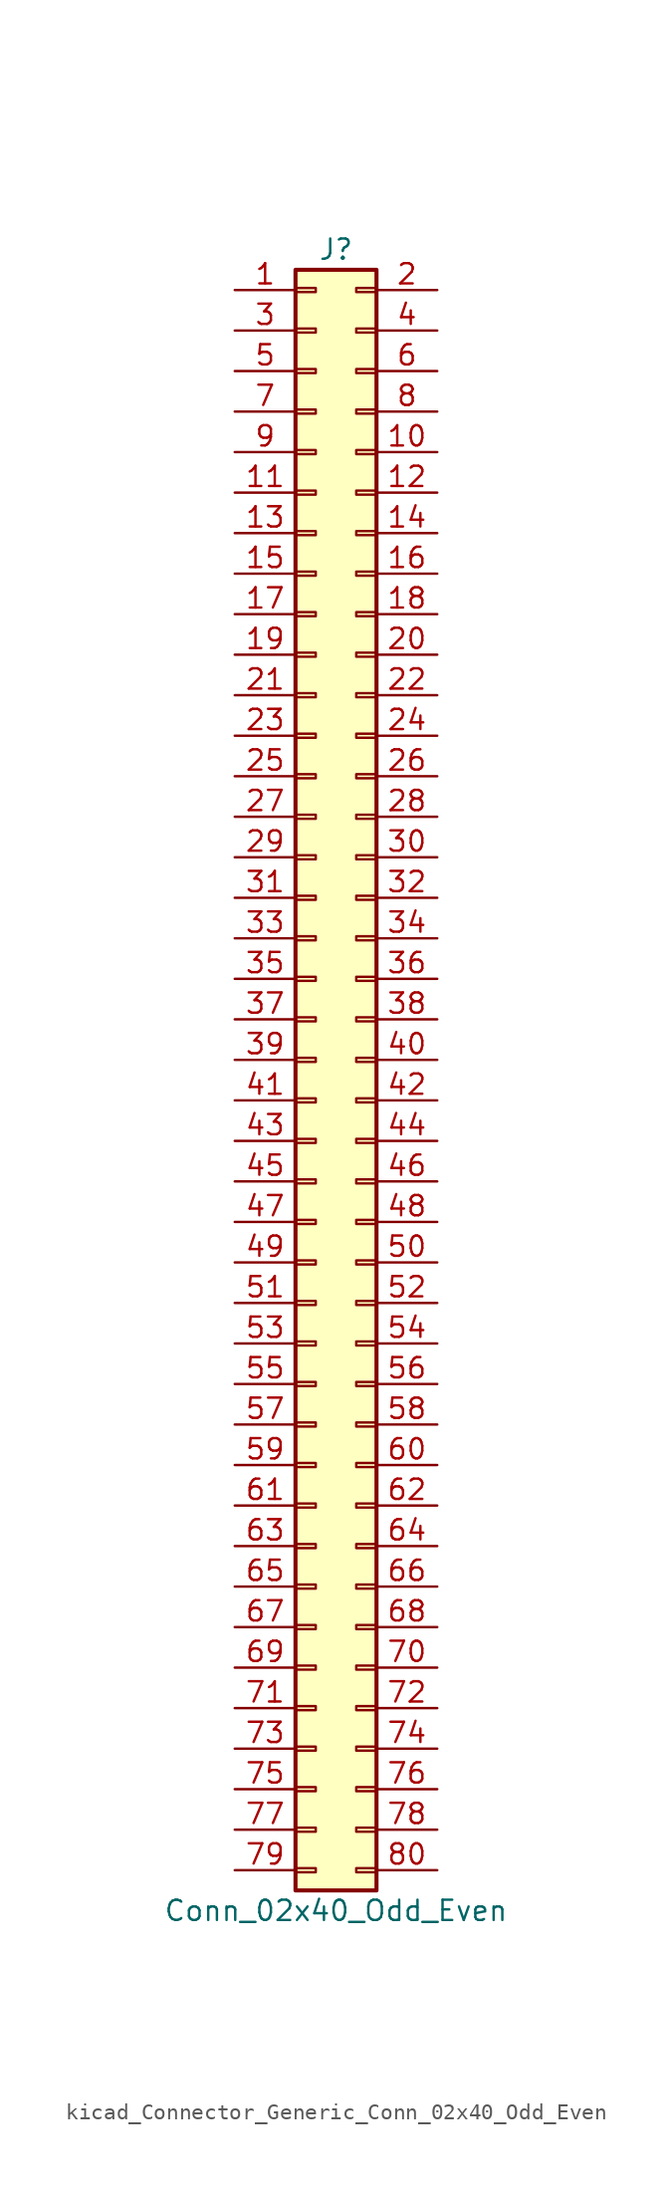
<source format=kicad_sym>
(kicad_symbol_lib
  (version 20220914)
  (generator kicad_symbol_editor)
  (symbol "kicad_Connector_Generic_Conn_02x40_Odd_Even"
    (pin_names
      (offset 1.016) hide)
    (property "Reference" "J"
      (at 1.27 50.8 0)
      (effects (font (size 1.27 1.27))))
    (property "Value" "Conn_02x40_Odd_Even"
      (at 1.27 -53.34 0)
      (effects (font (size 1.27 1.27))))
    (symbol "kicad_Connector_Generic_Conn_02x40_Odd_Even_1_1"
      (rectangle (start -1.27 -50.673) (end 0 -50.927) (stroke (width 0.152) (type default)) (fill (type none)))
      (rectangle (start -1.27 -48.133) (end 0 -48.387) (stroke (width 0.152) (type default)) (fill (type none)))
      (rectangle (start -1.27 -45.593) (end 0 -45.847) (stroke (width 0.152) (type default)) (fill (type none)))
      (rectangle (start -1.27 -43.053) (end 0 -43.307) (stroke (width 0.152) (type default)) (fill (type none)))
      (rectangle (start -1.27 -40.513) (end 0 -40.767) (stroke (width 0.152) (type default)) (fill (type none)))
      (rectangle (start -1.27 -37.973) (end 0 -38.227) (stroke (width 0.152) (type default)) (fill (type none)))
      (rectangle (start -1.27 -35.433) (end 0 -35.687) (stroke (width 0.152) (type default)) (fill (type none)))
      (rectangle (start -1.27 -32.893) (end 0 -33.147) (stroke (width 0.152) (type default)) (fill (type none)))
      (rectangle (start -1.27 -30.353) (end 0 -30.607) (stroke (width 0.152) (type default)) (fill (type none)))
      (rectangle (start -1.27 -27.813) (end 0 -28.067) (stroke (width 0.152) (type default)) (fill (type none)))
      (rectangle (start -1.27 -25.273) (end 0 -25.527) (stroke (width 0.152) (type default)) (fill (type none)))
      (rectangle (start -1.27 -22.733) (end 0 -22.987) (stroke (width 0.152) (type default)) (fill (type none)))
      (rectangle (start -1.27 -20.193) (end 0 -20.447) (stroke (width 0.152) (type default)) (fill (type none)))
      (rectangle (start -1.27 -17.653) (end 0 -17.907) (stroke (width 0.152) (type default)) (fill (type none)))
      (rectangle (start -1.27 -15.113) (end 0 -15.367) (stroke (width 0.152) (type default)) (fill (type none)))
      (rectangle (start -1.27 -12.573) (end 0 -12.827) (stroke (width 0.152) (type default)) (fill (type none)))
      (rectangle (start -1.27 -10.033) (end 0 -10.287) (stroke (width 0.152) (type default)) (fill (type none)))
      (rectangle (start -1.27 -7.493) (end 0 -7.747) (stroke (width 0.152) (type default)) (fill (type none)))
      (rectangle (start -1.27 -4.953) (end 0 -5.207) (stroke (width 0.152) (type default)) (fill (type none)))
      (rectangle (start -1.27 -2.413) (end 0 -2.667) (stroke (width 0.152) (type default)) (fill (type none)))
      (rectangle (start -1.27 0.127) (end 0 -0.127) (stroke (width 0.152) (type default)) (fill (type none)))
      (rectangle (start -1.27 2.667) (end 0 2.413) (stroke (width 0.152) (type default)) (fill (type none)))
      (rectangle (start -1.27 5.207) (end 0 4.953) (stroke (width 0.152) (type default)) (fill (type none)))
      (rectangle (start -1.27 7.747) (end 0 7.493) (stroke (width 0.152) (type default)) (fill (type none)))
      (rectangle (start -1.27 10.287) (end 0 10.033) (stroke (width 0.152) (type default)) (fill (type none)))
      (rectangle (start -1.27 12.827) (end 0 12.573) (stroke (width 0.152) (type default)) (fill (type none)))
      (rectangle (start -1.27 15.367) (end 0 15.113) (stroke (width 0.152) (type default)) (fill (type none)))
      (rectangle (start -1.27 17.907) (end 0 17.653) (stroke (width 0.152) (type default)) (fill (type none)))
      (rectangle (start -1.27 20.447) (end 0 20.193) (stroke (width 0.152) (type default)) (fill (type none)))
      (rectangle (start -1.27 22.987) (end 0 22.733) (stroke (width 0.152) (type default)) (fill (type none)))
      (rectangle (start -1.27 25.527) (end 0 25.273) (stroke (width 0.152) (type default)) (fill (type none)))
      (rectangle (start -1.27 28.067) (end 0 27.813) (stroke (width 0.152) (type default)) (fill (type none)))
      (rectangle (start -1.27 30.607) (end 0 30.353) (stroke (width 0.152) (type default)) (fill (type none)))
      (rectangle (start -1.27 33.147) (end 0 32.893) (stroke (width 0.152) (type default)) (fill (type none)))
      (rectangle (start -1.27 35.687) (end 0 35.433) (stroke (width 0.152) (type default)) (fill (type none)))
      (rectangle (start -1.27 38.227) (end 0 37.973) (stroke (width 0.152) (type default)) (fill (type none)))
      (rectangle (start -1.27 40.767) (end 0 40.513) (stroke (width 0.152) (type default)) (fill (type none)))
      (rectangle (start -1.27 43.307) (end 0 43.053) (stroke (width 0.152) (type default)) (fill (type none)))
      (rectangle (start -1.27 45.847) (end 0 45.593) (stroke (width 0.152) (type default)) (fill (type none)))
      (rectangle (start -1.27 48.387) (end 0 48.133) (stroke (width 0.152) (type default)) (fill (type none)))
      (rectangle (start -1.27 49.53) (end 3.81 -52.07) (stroke (width 0.254) (type default)) (fill (type background)))
      (rectangle (start 3.81 -50.673) (end 2.54 -50.927) (stroke (width 0.152) (type default)) (fill (type none)))
      (rectangle (start 3.81 -48.133) (end 2.54 -48.387) (stroke (width 0.152) (type default)) (fill (type none)))
      (rectangle (start 3.81 -45.593) (end 2.54 -45.847) (stroke (width 0.152) (type default)) (fill (type none)))
      (rectangle (start 3.81 -43.053) (end 2.54 -43.307) (stroke (width 0.152) (type default)) (fill (type none)))
      (rectangle (start 3.81 -40.513) (end 2.54 -40.767) (stroke (width 0.152) (type default)) (fill (type none)))
      (rectangle (start 3.81 -37.973) (end 2.54 -38.227) (stroke (width 0.152) (type default)) (fill (type none)))
      (rectangle (start 3.81 -35.433) (end 2.54 -35.687) (stroke (width 0.152) (type default)) (fill (type none)))
      (rectangle (start 3.81 -32.893) (end 2.54 -33.147) (stroke (width 0.152) (type default)) (fill (type none)))
      (rectangle (start 3.81 -30.353) (end 2.54 -30.607) (stroke (width 0.152) (type default)) (fill (type none)))
      (rectangle (start 3.81 -27.813) (end 2.54 -28.067) (stroke (width 0.152) (type default)) (fill (type none)))
      (rectangle (start 3.81 -25.273) (end 2.54 -25.527) (stroke (width 0.152) (type default)) (fill (type none)))
      (rectangle (start 3.81 -22.733) (end 2.54 -22.987) (stroke (width 0.152) (type default)) (fill (type none)))
      (rectangle (start 3.81 -20.193) (end 2.54 -20.447) (stroke (width 0.152) (type default)) (fill (type none)))
      (rectangle (start 3.81 -17.653) (end 2.54 -17.907) (stroke (width 0.152) (type default)) (fill (type none)))
      (rectangle (start 3.81 -15.113) (end 2.54 -15.367) (stroke (width 0.152) (type default)) (fill (type none)))
      (rectangle (start 3.81 -12.573) (end 2.54 -12.827) (stroke (width 0.152) (type default)) (fill (type none)))
      (rectangle (start 3.81 -10.033) (end 2.54 -10.287) (stroke (width 0.152) (type default)) (fill (type none)))
      (rectangle (start 3.81 -7.493) (end 2.54 -7.747) (stroke (width 0.152) (type default)) (fill (type none)))
      (rectangle (start 3.81 -4.953) (end 2.54 -5.207) (stroke (width 0.152) (type default)) (fill (type none)))
      (rectangle (start 3.81 -2.413) (end 2.54 -2.667) (stroke (width 0.152) (type default)) (fill (type none)))
      (rectangle (start 3.81 0.127) (end 2.54 -0.127) (stroke (width 0.152) (type default)) (fill (type none)))
      (rectangle (start 3.81 2.667) (end 2.54 2.413) (stroke (width 0.152) (type default)) (fill (type none)))
      (rectangle (start 3.81 5.207) (end 2.54 4.953) (stroke (width 0.152) (type default)) (fill (type none)))
      (rectangle (start 3.81 7.747) (end 2.54 7.493) (stroke (width 0.152) (type default)) (fill (type none)))
      (rectangle (start 3.81 10.287) (end 2.54 10.033) (stroke (width 0.152) (type default)) (fill (type none)))
      (rectangle (start 3.81 12.827) (end 2.54 12.573) (stroke (width 0.152) (type default)) (fill (type none)))
      (rectangle (start 3.81 15.367) (end 2.54 15.113) (stroke (width 0.152) (type default)) (fill (type none)))
      (rectangle (start 3.81 17.907) (end 2.54 17.653) (stroke (width 0.152) (type default)) (fill (type none)))
      (rectangle (start 3.81 20.447) (end 2.54 20.193) (stroke (width 0.152) (type default)) (fill (type none)))
      (rectangle (start 3.81 22.987) (end 2.54 22.733) (stroke (width 0.152) (type default)) (fill (type none)))
      (rectangle (start 3.81 25.527) (end 2.54 25.273) (stroke (width 0.152) (type default)) (fill (type none)))
      (rectangle (start 3.81 28.067) (end 2.54 27.813) (stroke (width 0.152) (type default)) (fill (type none)))
      (rectangle (start 3.81 30.607) (end 2.54 30.353) (stroke (width 0.152) (type default)) (fill (type none)))
      (rectangle (start 3.81 33.147) (end 2.54 32.893) (stroke (width 0.152) (type default)) (fill (type none)))
      (rectangle (start 3.81 35.687) (end 2.54 35.433) (stroke (width 0.152) (type default)) (fill (type none)))
      (rectangle (start 3.81 38.227) (end 2.54 37.973) (stroke (width 0.152) (type default)) (fill (type none)))
      (rectangle (start 3.81 40.767) (end 2.54 40.513) (stroke (width 0.152) (type default)) (fill (type none)))
      (rectangle (start 3.81 43.307) (end 2.54 43.053) (stroke (width 0.152) (type default)) (fill (type none)))
      (rectangle (start 3.81 45.847) (end 2.54 45.593) (stroke (width 0.152) (type default)) (fill (type none)))
      (rectangle (start 3.81 48.387) (end 2.54 48.133) (stroke (width 0.152) (type default)) (fill (type none)))
      (pin passive line (at -5.08 48.26 0) (length 3.81) (name "Pin_1" (effects (font (size 1.27 1.27)))) (number "1" (effects (font (size 1.27 1.27)))))
      (pin passive line (at 7.62 38.1 180) (length 3.81) (name "Pin_10" (effects (font (size 1.27 1.27)))) (number "10" (effects (font (size 1.27 1.27)))))
      (pin passive line (at -5.08 35.56 0) (length 3.81) (name "Pin_11" (effects (font (size 1.27 1.27)))) (number "11" (effects (font (size 1.27 1.27)))))
      (pin passive line (at 7.62 35.56 180) (length 3.81) (name "Pin_12" (effects (font (size 1.27 1.27)))) (number "12" (effects (font (size 1.27 1.27)))))
      (pin passive line (at -5.08 33.02 0) (length 3.81) (name "Pin_13" (effects (font (size 1.27 1.27)))) (number "13" (effects (font (size 1.27 1.27)))))
      (pin passive line (at 7.62 33.02 180) (length 3.81) (name "Pin_14" (effects (font (size 1.27 1.27)))) (number "14" (effects (font (size 1.27 1.27)))))
      (pin passive line (at -5.08 30.48 0) (length 3.81) (name "Pin_15" (effects (font (size 1.27 1.27)))) (number "15" (effects (font (size 1.27 1.27)))))
      (pin passive line (at 7.62 30.48 180) (length 3.81) (name "Pin_16" (effects (font (size 1.27 1.27)))) (number "16" (effects (font (size 1.27 1.27)))))
      (pin passive line (at -5.08 27.94 0) (length 3.81) (name "Pin_17" (effects (font (size 1.27 1.27)))) (number "17" (effects (font (size 1.27 1.27)))))
      (pin passive line (at 7.62 27.94 180) (length 3.81) (name "Pin_18" (effects (font (size 1.27 1.27)))) (number "18" (effects (font (size 1.27 1.27)))))
      (pin passive line (at -5.08 25.4 0) (length 3.81) (name "Pin_19" (effects (font (size 1.27 1.27)))) (number "19" (effects (font (size 1.27 1.27)))))
      (pin passive line (at 7.62 48.26 180) (length 3.81) (name "Pin_2" (effects (font (size 1.27 1.27)))) (number "2" (effects (font (size 1.27 1.27)))))
      (pin passive line (at 7.62 25.4 180) (length 3.81) (name "Pin_20" (effects (font (size 1.27 1.27)))) (number "20" (effects (font (size 1.27 1.27)))))
      (pin passive line (at -5.08 22.86 0) (length 3.81) (name "Pin_21" (effects (font (size 1.27 1.27)))) (number "21" (effects (font (size 1.27 1.27)))))
      (pin passive line (at 7.62 22.86 180) (length 3.81) (name "Pin_22" (effects (font (size 1.27 1.27)))) (number "22" (effects (font (size 1.27 1.27)))))
      (pin passive line (at -5.08 20.32 0) (length 3.81) (name "Pin_23" (effects (font (size 1.27 1.27)))) (number "23" (effects (font (size 1.27 1.27)))))
      (pin passive line (at 7.62 20.32 180) (length 3.81) (name "Pin_24" (effects (font (size 1.27 1.27)))) (number "24" (effects (font (size 1.27 1.27)))))
      (pin passive line (at -5.08 17.78 0) (length 3.81) (name "Pin_25" (effects (font (size 1.27 1.27)))) (number "25" (effects (font (size 1.27 1.27)))))
      (pin passive line (at 7.62 17.78 180) (length 3.81) (name "Pin_26" (effects (font (size 1.27 1.27)))) (number "26" (effects (font (size 1.27 1.27)))))
      (pin passive line (at -5.08 15.24 0) (length 3.81) (name "Pin_27" (effects (font (size 1.27 1.27)))) (number "27" (effects (font (size 1.27 1.27)))))
      (pin passive line (at 7.62 15.24 180) (length 3.81) (name "Pin_28" (effects (font (size 1.27 1.27)))) (number "28" (effects (font (size 1.27 1.27)))))
      (pin passive line (at -5.08 12.7 0) (length 3.81) (name "Pin_29" (effects (font (size 1.27 1.27)))) (number "29" (effects (font (size 1.27 1.27)))))
      (pin passive line (at -5.08 45.72 0) (length 3.81) (name "Pin_3" (effects (font (size 1.27 1.27)))) (number "3" (effects (font (size 1.27 1.27)))))
      (pin passive line (at 7.62 12.7 180) (length 3.81) (name "Pin_30" (effects (font (size 1.27 1.27)))) (number "30" (effects (font (size 1.27 1.27)))))
      (pin passive line (at -5.08 10.16 0) (length 3.81) (name "Pin_31" (effects (font (size 1.27 1.27)))) (number "31" (effects (font (size 1.27 1.27)))))
      (pin passive line (at 7.62 10.16 180) (length 3.81) (name "Pin_32" (effects (font (size 1.27 1.27)))) (number "32" (effects (font (size 1.27 1.27)))))
      (pin passive line (at -5.08 7.62 0) (length 3.81) (name "Pin_33" (effects (font (size 1.27 1.27)))) (number "33" (effects (font (size 1.27 1.27)))))
      (pin passive line (at 7.62 7.62 180) (length 3.81) (name "Pin_34" (effects (font (size 1.27 1.27)))) (number "34" (effects (font (size 1.27 1.27)))))
      (pin passive line (at -5.08 5.08 0) (length 3.81) (name "Pin_35" (effects (font (size 1.27 1.27)))) (number "35" (effects (font (size 1.27 1.27)))))
      (pin passive line (at 7.62 5.08 180) (length 3.81) (name "Pin_36" (effects (font (size 1.27 1.27)))) (number "36" (effects (font (size 1.27 1.27)))))
      (pin passive line (at -5.08 2.54 0) (length 3.81) (name "Pin_37" (effects (font (size 1.27 1.27)))) (number "37" (effects (font (size 1.27 1.27)))))
      (pin passive line (at 7.62 2.54 180) (length 3.81) (name "Pin_38" (effects (font (size 1.27 1.27)))) (number "38" (effects (font (size 1.27 1.27)))))
      (pin passive line (at -5.08 0 0) (length 3.81) (name "Pin_39" (effects (font (size 1.27 1.27)))) (number "39" (effects (font (size 1.27 1.27)))))
      (pin passive line (at 7.62 45.72 180) (length 3.81) (name "Pin_4" (effects (font (size 1.27 1.27)))) (number "4" (effects (font (size 1.27 1.27)))))
      (pin passive line (at 7.62 0 180) (length 3.81) (name "Pin_40" (effects (font (size 1.27 1.27)))) (number "40" (effects (font (size 1.27 1.27)))))
      (pin passive line (at -5.08 -2.54 0) (length 3.81) (name "Pin_41" (effects (font (size 1.27 1.27)))) (number "41" (effects (font (size 1.27 1.27)))))
      (pin passive line (at 7.62 -2.54 180) (length 3.81) (name "Pin_42" (effects (font (size 1.27 1.27)))) (number "42" (effects (font (size 1.27 1.27)))))
      (pin passive line (at -5.08 -5.08 0) (length 3.81) (name "Pin_43" (effects (font (size 1.27 1.27)))) (number "43" (effects (font (size 1.27 1.27)))))
      (pin passive line (at 7.62 -5.08 180) (length 3.81) (name "Pin_44" (effects (font (size 1.27 1.27)))) (number "44" (effects (font (size 1.27 1.27)))))
      (pin passive line (at -5.08 -7.62 0) (length 3.81) (name "Pin_45" (effects (font (size 1.27 1.27)))) (number "45" (effects (font (size 1.27 1.27)))))
      (pin passive line (at 7.62 -7.62 180) (length 3.81) (name "Pin_46" (effects (font (size 1.27 1.27)))) (number "46" (effects (font (size 1.27 1.27)))))
      (pin passive line (at -5.08 -10.16 0) (length 3.81) (name "Pin_47" (effects (font (size 1.27 1.27)))) (number "47" (effects (font (size 1.27 1.27)))))
      (pin passive line (at 7.62 -10.16 180) (length 3.81) (name "Pin_48" (effects (font (size 1.27 1.27)))) (number "48" (effects (font (size 1.27 1.27)))))
      (pin passive line (at -5.08 -12.7 0) (length 3.81) (name "Pin_49" (effects (font (size 1.27 1.27)))) (number "49" (effects (font (size 1.27 1.27)))))
      (pin passive line (at -5.08 43.18 0) (length 3.81) (name "Pin_5" (effects (font (size 1.27 1.27)))) (number "5" (effects (font (size 1.27 1.27)))))
      (pin passive line (at 7.62 -12.7 180) (length 3.81) (name "Pin_50" (effects (font (size 1.27 1.27)))) (number "50" (effects (font (size 1.27 1.27)))))
      (pin passive line (at -5.08 -15.24 0) (length 3.81) (name "Pin_51" (effects (font (size 1.27 1.27)))) (number "51" (effects (font (size 1.27 1.27)))))
      (pin passive line (at 7.62 -15.24 180) (length 3.81) (name "Pin_52" (effects (font (size 1.27 1.27)))) (number "52" (effects (font (size 1.27 1.27)))))
      (pin passive line (at -5.08 -17.78 0) (length 3.81) (name "Pin_53" (effects (font (size 1.27 1.27)))) (number "53" (effects (font (size 1.27 1.27)))))
      (pin passive line (at 7.62 -17.78 180) (length 3.81) (name "Pin_54" (effects (font (size 1.27 1.27)))) (number "54" (effects (font (size 1.27 1.27)))))
      (pin passive line (at -5.08 -20.32 0) (length 3.81) (name "Pin_55" (effects (font (size 1.27 1.27)))) (number "55" (effects (font (size 1.27 1.27)))))
      (pin passive line (at 7.62 -20.32 180) (length 3.81) (name "Pin_56" (effects (font (size 1.27 1.27)))) (number "56" (effects (font (size 1.27 1.27)))))
      (pin passive line (at -5.08 -22.86 0) (length 3.81) (name "Pin_57" (effects (font (size 1.27 1.27)))) (number "57" (effects (font (size 1.27 1.27)))))
      (pin passive line (at 7.62 -22.86 180) (length 3.81) (name "Pin_58" (effects (font (size 1.27 1.27)))) (number "58" (effects (font (size 1.27 1.27)))))
      (pin passive line (at -5.08 -25.4 0) (length 3.81) (name "Pin_59" (effects (font (size 1.27 1.27)))) (number "59" (effects (font (size 1.27 1.27)))))
      (pin passive line (at 7.62 43.18 180) (length 3.81) (name "Pin_6" (effects (font (size 1.27 1.27)))) (number "6" (effects (font (size 1.27 1.27)))))
      (pin passive line (at 7.62 -25.4 180) (length 3.81) (name "Pin_60" (effects (font (size 1.27 1.27)))) (number "60" (effects (font (size 1.27 1.27)))))
      (pin passive line (at -5.08 -27.94 0) (length 3.81) (name "Pin_61" (effects (font (size 1.27 1.27)))) (number "61" (effects (font (size 1.27 1.27)))))
      (pin passive line (at 7.62 -27.94 180) (length 3.81) (name "Pin_62" (effects (font (size 1.27 1.27)))) (number "62" (effects (font (size 1.27 1.27)))))
      (pin passive line (at -5.08 -30.48 0) (length 3.81) (name "Pin_63" (effects (font (size 1.27 1.27)))) (number "63" (effects (font (size 1.27 1.27)))))
      (pin passive line (at 7.62 -30.48 180) (length 3.81) (name "Pin_64" (effects (font (size 1.27 1.27)))) (number "64" (effects (font (size 1.27 1.27)))))
      (pin passive line (at -5.08 -33.02 0) (length 3.81) (name "Pin_65" (effects (font (size 1.27 1.27)))) (number "65" (effects (font (size 1.27 1.27)))))
      (pin passive line (at 7.62 -33.02 180) (length 3.81) (name "Pin_66" (effects (font (size 1.27 1.27)))) (number "66" (effects (font (size 1.27 1.27)))))
      (pin passive line (at -5.08 -35.56 0) (length 3.81) (name "Pin_67" (effects (font (size 1.27 1.27)))) (number "67" (effects (font (size 1.27 1.27)))))
      (pin passive line (at 7.62 -35.56 180) (length 3.81) (name "Pin_68" (effects (font (size 1.27 1.27)))) (number "68" (effects (font (size 1.27 1.27)))))
      (pin passive line (at -5.08 -38.1 0) (length 3.81) (name "Pin_69" (effects (font (size 1.27 1.27)))) (number "69" (effects (font (size 1.27 1.27)))))
      (pin passive line (at -5.08 40.64 0) (length 3.81) (name "Pin_7" (effects (font (size 1.27 1.27)))) (number "7" (effects (font (size 1.27 1.27)))))
      (pin passive line (at 7.62 -38.1 180) (length 3.81) (name "Pin_70" (effects (font (size 1.27 1.27)))) (number "70" (effects (font (size 1.27 1.27)))))
      (pin passive line (at -5.08 -40.64 0) (length 3.81) (name "Pin_71" (effects (font (size 1.27 1.27)))) (number "71" (effects (font (size 1.27 1.27)))))
      (pin passive line (at 7.62 -40.64 180) (length 3.81) (name "Pin_72" (effects (font (size 1.27 1.27)))) (number "72" (effects (font (size 1.27 1.27)))))
      (pin passive line (at -5.08 -43.18 0) (length 3.81) (name "Pin_73" (effects (font (size 1.27 1.27)))) (number "73" (effects (font (size 1.27 1.27)))))
      (pin passive line (at 7.62 -43.18 180) (length 3.81) (name "Pin_74" (effects (font (size 1.27 1.27)))) (number "74" (effects (font (size 1.27 1.27)))))
      (pin passive line (at -5.08 -45.72 0) (length 3.81) (name "Pin_75" (effects (font (size 1.27 1.27)))) (number "75" (effects (font (size 1.27 1.27)))))
      (pin passive line (at 7.62 -45.72 180) (length 3.81) (name "Pin_76" (effects (font (size 1.27 1.27)))) (number "76" (effects (font (size 1.27 1.27)))))
      (pin passive line (at -5.08 -48.26 0) (length 3.81) (name "Pin_77" (effects (font (size 1.27 1.27)))) (number "77" (effects (font (size 1.27 1.27)))))
      (pin passive line (at 7.62 -48.26 180) (length 3.81) (name "Pin_78" (effects (font (size 1.27 1.27)))) (number "78" (effects (font (size 1.27 1.27)))))
      (pin passive line (at -5.08 -50.8 0) (length 3.81) (name "Pin_79" (effects (font (size 1.27 1.27)))) (number "79" (effects (font (size 1.27 1.27)))))
      (pin passive line (at 7.62 40.64 180) (length 3.81) (name "Pin_8" (effects (font (size 1.27 1.27)))) (number "8" (effects (font (size 1.27 1.27)))))
      (pin passive line (at 7.62 -50.8 180) (length 3.81) (name "Pin_80" (effects (font (size 1.27 1.27)))) (number "80" (effects (font (size 1.27 1.27)))))
      (pin passive line (at -5.08 38.1 0) (length 3.81) (name "Pin_9" (effects (font (size 1.27 1.27)))) (number "9" (effects (font (size 1.27 1.27))))))))
</source>
